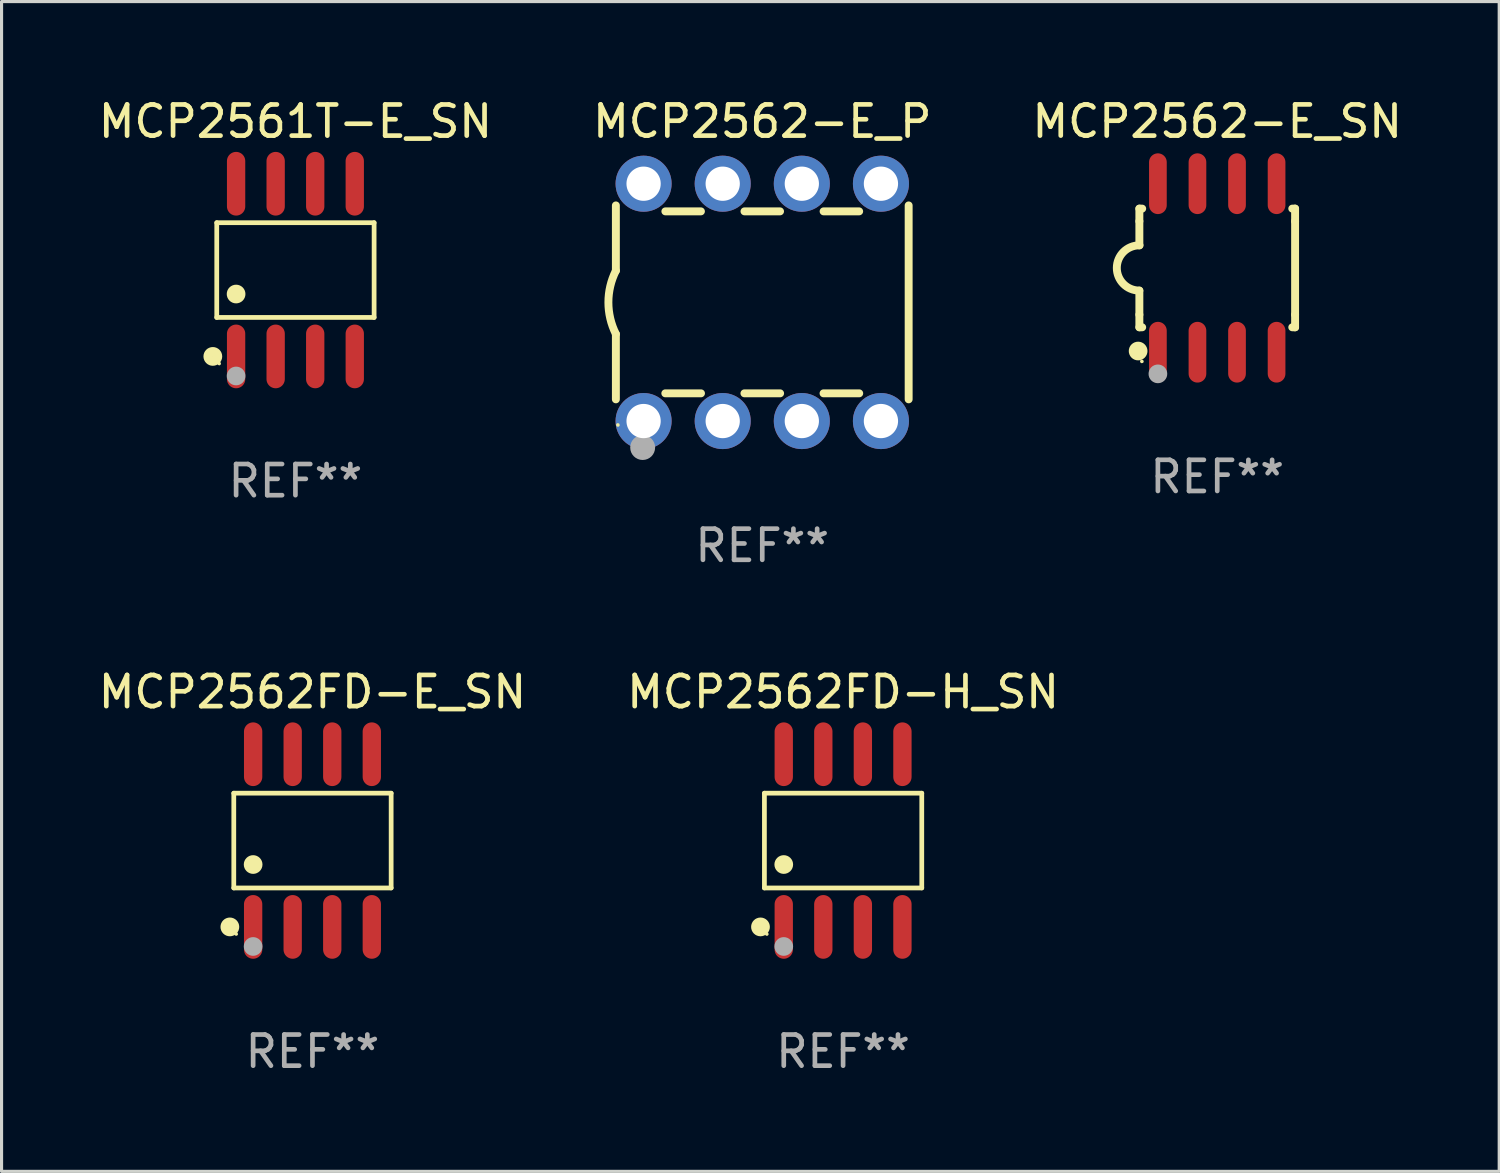
<source format=kicad_pcb>
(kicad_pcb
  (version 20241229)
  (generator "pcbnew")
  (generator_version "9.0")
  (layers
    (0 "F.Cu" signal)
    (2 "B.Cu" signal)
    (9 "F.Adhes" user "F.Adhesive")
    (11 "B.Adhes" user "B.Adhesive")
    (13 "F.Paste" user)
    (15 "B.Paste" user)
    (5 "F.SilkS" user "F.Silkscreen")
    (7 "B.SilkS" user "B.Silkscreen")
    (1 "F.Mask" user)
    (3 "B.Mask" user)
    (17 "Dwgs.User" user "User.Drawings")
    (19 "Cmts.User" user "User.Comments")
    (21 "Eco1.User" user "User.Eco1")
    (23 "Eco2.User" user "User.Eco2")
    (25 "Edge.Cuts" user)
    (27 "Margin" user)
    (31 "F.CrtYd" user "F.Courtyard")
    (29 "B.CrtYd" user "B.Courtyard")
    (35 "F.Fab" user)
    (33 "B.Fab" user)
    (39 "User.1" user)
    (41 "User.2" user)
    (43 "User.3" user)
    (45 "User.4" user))
  (footprint "MCP2562FD-H_SN"
    (layer "F.Cu")
    (at 24.018 23.937)
    (property "Reference" "MCP2562FD-H_SN" (at 0 -4.772 0) (layer "F.SilkS") (effects (font (size 1 1) (thickness 0.15))))
    (attr through_hole)
    (fp_line (start -2.526 -1.521) (end 2.526 -1.521) (stroke (width 0.152) (type solid)) (layer "F.SilkS"))
    (fp_line (start -2.526 1.521) (end -2.526 -1.521) (stroke (width 0.152) (type solid)) (layer "F.SilkS"))
    (fp_line (start 2.526 -1.521) (end 2.526 1.521) (stroke (width 0.152) (type solid)) (layer "F.SilkS"))
    (fp_line (start 2.526 1.521) (end -2.526 1.521) (stroke (width 0.152) (type solid)) (layer "F.SilkS"))
    (fp_circle (center -2.652 2.772) (end -2.501 2.772) (stroke (width 0.3) (type solid)) (fill no) (layer "F.SilkS"))
    (fp_circle (center -2.45 3) (end -2.42 3) (stroke (width 0.06) (type solid)) (fill no) (layer "F.SilkS"))
    (fp_circle (center -1.905 0.769) (end -1.755 0.769) (stroke (width 0.3) (type solid)) (fill no) (layer "F.SilkS"))
    (fp_circle (center -1.905 3.4) (end -1.755 3.4) (stroke (width 0.3) (type solid)) (fill no) (layer "F.Fab"))
    (fp_text user "REF**" (at 0 6.772 0) (layer "F.Fab") (effects (font (size 1 1) (thickness 0.15))))
    (pad "1" smd oval (at -1.905 2.772) (size 0.588 2.045) (layers "F.Cu" "F.Mask" "F.Paste"))
    (pad "2" smd oval (at -0.635 2.772) (size 0.588 2.045) (layers "F.Cu" "F.Mask" "F.Paste"))
    (pad "3" smd oval (at 0.635 2.772) (size 0.588 2.045) (layers "F.Cu" "F.Mask" "F.Paste"))
    (pad "4" smd oval (at 1.905 2.772) (size 0.588 2.045) (layers "F.Cu" "F.Mask" "F.Paste"))
    (pad "5" smd oval (at 1.905 -2.772) (size 0.588 2.045) (layers "F.Cu" "F.Mask" "F.Paste"))
    (pad "6" smd oval (at 0.635 -2.772) (size 0.588 2.045) (layers "F.Cu" "F.Mask" "F.Paste"))
    (pad "7" smd oval (at -0.635 -2.772) (size 0.588 2.045) (layers "F.Cu" "F.Mask" "F.Paste"))
    (pad "8" smd oval (at -1.905 -2.772) (size 0.588 2.045) (layers "F.Cu" "F.Mask" "F.Paste")))
  (footprint "MCP2562-E_P"
    (layer "F.Cu")
    (at 21.423 6.658)
    (property "Reference" "MCP2562-E_P" (at 0 -5.81 0) (layer "F.SilkS") (effects (font (size 1 1) (thickness 0.15))))
    (attr through_hole)
    (fp_line (start -4.7 -1.017) (end -4.7 -3.113) (stroke (width 0.254) (type solid)) (layer "F.SilkS"))
    (fp_line (start -4.7 1.015) (end -4.7 3.113) (stroke (width 0.254) (type solid)) (layer "F.SilkS"))
    (fp_line (start -3.113 2.92) (end -1.967 2.92) (stroke (width 0.254) (type solid)) (layer "F.SilkS"))
    (fp_line (start -3.111 -2.922) (end -1.969 -2.922) (stroke (width 0.254) (type solid)) (layer "F.SilkS"))
    (fp_line (start -0.573 2.92) (end 0.573 2.92) (stroke (width 0.254) (type solid)) (layer "F.SilkS"))
    (fp_line (start -0.571 -2.922) (end 0.571 -2.922) (stroke (width 0.254) (type solid)) (layer "F.SilkS"))
    (fp_line (start 1.967 2.92) (end 3.113 2.92) (stroke (width 0.254) (type solid)) (layer "F.SilkS"))
    (fp_line (start 1.969 -2.922) (end 3.111 -2.922) (stroke (width 0.254) (type solid)) (layer "F.SilkS"))
    (fp_line (start 4.7 -3.113) (end 4.7 3.113) (stroke (width 0.254) (type solid)) (layer "F.SilkS"))
    (fp_arc (start -4.7 1.01524) (mid -4.939846 -0.000762) (end -4.7 -1.016764) (stroke (width 0.254001) (type solid)) (layer "F.SilkS"))
    (fp_circle (center -4.636 3.935) (end -4.606 3.935) (stroke (width 0.06) (type solid)) (fill no) (layer "F.SilkS"))
    (fp_circle (center -3.84 4.66) (end -3.64 4.66) (stroke (width 0.4) (type solid)) (fill no) (layer "F.Fab"))
    (fp_text user "REF**" (at 0 7.81 0) (layer "F.Fab") (effects (font (size 1 1) (thickness 0.15))))
    (pad "1" thru_hole circle (at -3.81 3.81) (size 1.8 1.8) (drill 1.1) (layers "*.Cu" "*.Mask"))
    (pad "2" thru_hole circle (at -1.27 3.81) (size 1.8 1.8) (drill 1.1) (layers "*.Cu" "*.Mask"))
    (pad "3" thru_hole circle (at 1.27 3.81) (size 1.8 1.8) (drill 1.1) (layers "*.Cu" "*.Mask"))
    (pad "4" thru_hole circle (at 3.81 3.81) (size 1.8 1.8) (drill 1.1) (layers "*.Cu" "*.Mask"))
    (pad "5" thru_hole circle (at 3.81 -3.81) (size 1.8 1.8) (drill 1.1) (layers "*.Cu" "*.Mask"))
    (pad "6" thru_hole circle (at 1.27 -3.81) (size 1.8 1.8) (drill 1.1) (layers "*.Cu" "*.Mask"))
    (pad "7" thru_hole circle (at -1.27 -3.81) (size 1.8 1.8) (drill 1.1) (layers "*.Cu" "*.Mask"))
    (pad "8" thru_hole circle (at -3.81 -3.81) (size 1.8 1.8) (drill 1.1) (layers "*.Cu" "*.Mask")))
  (footprint "MCP2562FD-E_SN"
    (layer "F.Cu")
    (at 6.982 23.937)
    (property "Reference" "MCP2562FD-E_SN" (at 0 -4.772 0) (layer "F.SilkS") (effects (font (size 1 1) (thickness 0.15))))
    (attr through_hole)
    (fp_line (start -2.526 -1.521) (end 2.526 -1.521) (stroke (width 0.152) (type solid)) (layer "F.SilkS"))
    (fp_line (start -2.526 1.521) (end -2.526 -1.521) (stroke (width 0.152) (type solid)) (layer "F.SilkS"))
    (fp_line (start 2.526 -1.521) (end 2.526 1.521) (stroke (width 0.152) (type solid)) (layer "F.SilkS"))
    (fp_line (start 2.526 1.521) (end -2.526 1.521) (stroke (width 0.152) (type solid)) (layer "F.SilkS"))
    (fp_circle (center -2.652 2.772) (end -2.501 2.772) (stroke (width 0.3) (type solid)) (fill no) (layer "F.SilkS"))
    (fp_circle (center -2.45 3) (end -2.42 3) (stroke (width 0.06) (type solid)) (fill no) (layer "F.SilkS"))
    (fp_circle (center -1.905 0.769) (end -1.755 0.769) (stroke (width 0.3) (type solid)) (fill no) (layer "F.SilkS"))
    (fp_circle (center -1.905 3.4) (end -1.755 3.4) (stroke (width 0.3) (type solid)) (fill no) (layer "F.Fab"))
    (fp_text user "REF**" (at 0 6.772 0) (layer "F.Fab") (effects (font (size 1 1) (thickness 0.15))))
    (pad "1" smd oval (at -1.905 2.772) (size 0.588 2.045) (layers "F.Cu" "F.Mask" "F.Paste"))
    (pad "2" smd oval (at -0.635 2.772) (size 0.588 2.045) (layers "F.Cu" "F.Mask" "F.Paste"))
    (pad "3" smd oval (at 0.635 2.772) (size 0.588 2.045) (layers "F.Cu" "F.Mask" "F.Paste"))
    (pad "4" smd oval (at 1.905 2.772) (size 0.588 2.045) (layers "F.Cu" "F.Mask" "F.Paste"))
    (pad "5" smd oval (at 1.905 -2.772) (size 0.588 2.045) (layers "F.Cu" "F.Mask" "F.Paste"))
    (pad "6" smd oval (at 0.635 -2.772) (size 0.588 2.045) (layers "F.Cu" "F.Mask" "F.Paste"))
    (pad "7" smd oval (at -0.635 -2.772) (size 0.588 2.045) (layers "F.Cu" "F.Mask" "F.Paste"))
    (pad "8" smd oval (at -1.905 -2.772) (size 0.588 2.045) (layers "F.Cu" "F.Mask" "F.Paste")))
  (footprint "MCP2561T-E_SN"
    (layer "F.Cu")
    (at 6.435 5.621)
    (property "Reference" "MCP2561T-E_SN" (at 0 -4.772 0) (layer "F.SilkS") (effects (font (size 1 1) (thickness 0.15))))
    (attr through_hole)
    (fp_line (start -2.526 -1.521) (end 2.526 -1.521) (stroke (width 0.152) (type solid)) (layer "F.SilkS"))
    (fp_line (start -2.526 1.521) (end -2.526 -1.521) (stroke (width 0.152) (type solid)) (layer "F.SilkS"))
    (fp_line (start 2.526 -1.521) (end 2.526 1.521) (stroke (width 0.152) (type solid)) (layer "F.SilkS"))
    (fp_line (start 2.526 1.521) (end -2.526 1.521) (stroke (width 0.152) (type solid)) (layer "F.SilkS"))
    (fp_circle (center -2.652 2.772) (end -2.501 2.772) (stroke (width 0.3) (type solid)) (fill no) (layer "F.SilkS"))
    (fp_circle (center -2.45 3) (end -2.42 3) (stroke (width 0.06) (type solid)) (fill no) (layer "F.SilkS"))
    (fp_circle (center -1.905 0.769) (end -1.755 0.769) (stroke (width 0.3) (type solid)) (fill no) (layer "F.SilkS"))
    (fp_circle (center -1.905 3.4) (end -1.755 3.4) (stroke (width 0.3) (type solid)) (fill no) (layer "F.Fab"))
    (fp_text user "REF**" (at 0 6.772 0) (layer "F.Fab") (effects (font (size 1 1) (thickness 0.15))))
    (pad "1" smd oval (at -1.905 2.772) (size 0.588 2.045) (layers "F.Cu" "F.Mask" "F.Paste"))
    (pad "2" smd oval (at -0.635 2.772) (size 0.588 2.045) (layers "F.Cu" "F.Mask" "F.Paste"))
    (pad "3" smd oval (at 0.635 2.772) (size 0.588 2.045) (layers "F.Cu" "F.Mask" "F.Paste"))
    (pad "4" smd oval (at 1.905 2.772) (size 0.588 2.045) (layers "F.Cu" "F.Mask" "F.Paste"))
    (pad "5" smd oval (at 1.905 -2.772) (size 0.588 2.045) (layers "F.Cu" "F.Mask" "F.Paste"))
    (pad "6" smd oval (at 0.635 -2.772) (size 0.588 2.045) (layers "F.Cu" "F.Mask" "F.Paste"))
    (pad "7" smd oval (at -0.635 -2.772) (size 0.588 2.045) (layers "F.Cu" "F.Mask" "F.Paste"))
    (pad "8" smd oval (at -1.905 -2.772) (size 0.588 2.045) (layers "F.Cu" "F.Mask" "F.Paste")))
  (footprint "MCP2562-E_SN"
    (layer "F.Cu")
    (at 36.03 5.553)
    (property "Reference" "MCP2562-E_SN" (at 0 -4.705 0) (layer "F.SilkS") (effects (font (size 1 1) (thickness 0.15))))
    (attr through_hole)
    (fp_line (start -2.5 -1.905) (end -2.409 -1.905) (stroke (width 0.254) (type solid)) (layer "F.SilkS"))
    (fp_line (start -2.5 -1.5) (end -2.5 -1.905) (stroke (width 0.254) (type solid)) (layer "F.SilkS"))
    (fp_line (start -2.5 -1.5) (end -2.5 -0.726) (stroke (width 0.254) (type solid)) (layer "F.SilkS"))
    (fp_line (start -2.5 1.5) (end -2.5 0.727) (stroke (width 0.254) (type solid)) (layer "F.SilkS"))
    (fp_line (start -2.5 1.5) (end -2.5 1.905) (stroke (width 0.254) (type solid)) (layer "F.SilkS"))
    (fp_line (start -2.5 1.905) (end -2.409 1.905) (stroke (width 0.254) (type solid)) (layer "F.SilkS"))
    (fp_line (start 2.5 -1.905) (end 2.409 -1.905) (stroke (width 0.254) (type solid)) (layer "F.SilkS"))
    (fp_line (start 2.5 -1.5) (end 2.5 -1.905) (stroke (width 0.254) (type solid)) (layer "F.SilkS"))
    (fp_line (start 2.5 -1.5) (end 2.5 1.5) (stroke (width 0.254) (type solid)) (layer "F.SilkS"))
    (fp_line (start 2.5 1.5) (end 2.5 1.905) (stroke (width 0.254) (type solid)) (layer "F.SilkS"))
    (fp_line (start 2.5 1.905) (end 2.409 1.905) (stroke (width 0.254) (type solid)) (layer "F.SilkS"))
    (fp_arc (start -2.5 0.726568) (mid -3.220316 -0.0023) (end -2.495097 -0.726289) (stroke (width 0.254001) (type solid)) (layer "F.SilkS"))
    (fp_circle (center -2.54 2.667) (end -2.39 2.667) (stroke (width 0.3) (type solid)) (fill no) (layer "F.SilkS"))
    (fp_circle (center -2.42 3) (end -2.39 3) (stroke (width 0.06) (type solid)) (fill no) (layer "F.SilkS"))
    (fp_circle (center -1.905 3.4) (end -1.755 3.4) (stroke (width 0.3) (type solid)) (fill no) (layer "F.Fab"))
    (fp_text user "REF**" (at 0 6.705 0) (layer "F.Fab") (effects (font (size 1 1) (thickness 0.15))))
    (pad "1" smd oval (at -1.905 2.705) (size 0.568 1.95) (layers "F.Cu" "F.Mask" "F.Paste"))
    (pad "2" smd oval (at -0.635 2.705) (size 0.568 1.95) (layers "F.Cu" "F.Mask" "F.Paste"))
    (pad "3" smd oval (at 0.635 2.705) (size 0.568 1.95) (layers "F.Cu" "F.Mask" "F.Paste"))
    (pad "4" smd oval (at 1.905 2.705) (size 0.568 1.95) (layers "F.Cu" "F.Mask" "F.Paste"))
    (pad "5" smd oval (at 1.905 -2.705) (size 0.568 1.95) (layers "F.Cu" "F.Mask" "F.Paste"))
    (pad "6" smd oval (at 0.635 -2.705) (size 0.568 1.95) (layers "F.Cu" "F.Mask" "F.Paste"))
    (pad "7" smd oval (at -0.635 -2.705) (size 0.568 1.95) (layers "F.Cu" "F.Mask" "F.Paste"))
    (pad "8" smd oval (at -1.905 -2.705) (size 0.568 1.95) (layers "F.Cu" "F.Mask" "F.Paste")))
  (gr_rect
    (start -3 -3)
    (end 45.083 34.558)
    (stroke (width 0.1) (type default))
    (fill no)
    (layer "Edge.Cuts")))
</source>
